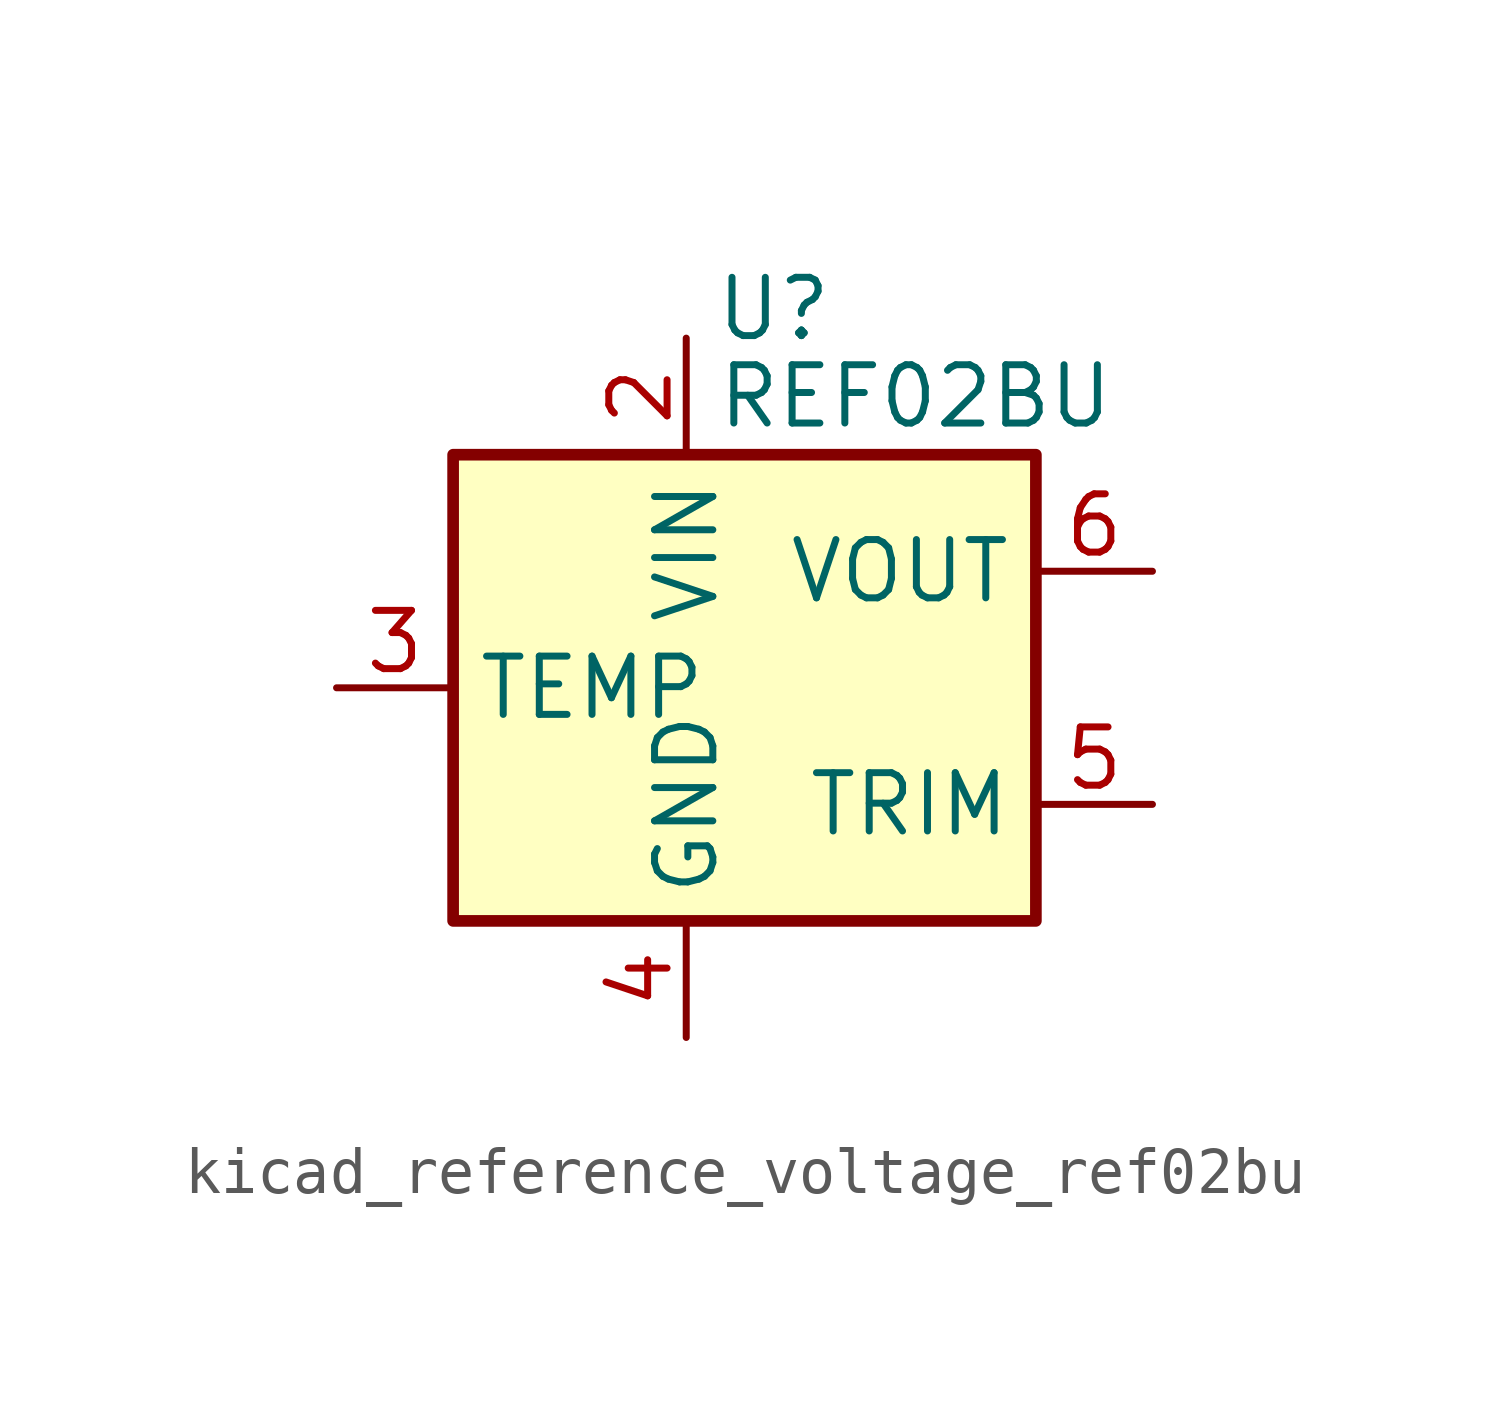
<source format=kicad_sym>
(kicad_symbol_lib
  (version 20220914)
  (generator kicad_symbol_editor)
  (symbol "kicad_reference_voltage_ref02bu"
    (property "Reference" "U"
      (at 1.905 8.255 0)
      (effects (font (size 1.27 1.27))))
    (property "Value" "REF02BU"
      (at 0.635 6.35 0)
      (effects (font (size 1.27 1.27)) (justify left)))
    (symbol "kicad_reference_voltage_ref02bu_0_1"
      (rectangle (start -5.08 5.08) (end 7.62 -5.08) (stroke (width 0.254) (type default)) (fill (type background))))
    (symbol "kicad_reference_voltage_ref02bu_1_1"
      (pin no_connect line (at 2.54 -5.08 90) (length 2.54) hide (name "NC" (effects (font (size 1.27 1.27)))) (number "1" (effects (font (size 1.27 1.27)))))
      (pin power_in line (at 0 7.62 270) (length 2.54) (name "VIN" (effects (font (size 1.27 1.27)))) (number "2" (effects (font (size 1.27 1.27)))))
      (pin passive line (at -7.62 0 0) (length 2.54) (name "TEMP" (effects (font (size 1.27 1.27)))) (number "3" (effects (font (size 1.27 1.27)))))
      (pin power_in line (at 0 -7.62 90) (length 2.54) (name "GND" (effects (font (size 1.27 1.27)))) (number "4" (effects (font (size 1.27 1.27)))))
      (pin passive line (at 10.16 -2.54 180) (length 2.54) (name "TRIM" (effects (font (size 1.27 1.27)))) (number "5" (effects (font (size 1.27 1.27)))))
      (pin power_out line (at 10.16 2.54 180) (length 2.54) (name "VOUT" (effects (font (size 1.27 1.27)))) (number "6" (effects (font (size 1.27 1.27)))))
      (pin no_connect line (at -2.54 -5.08 90) (length 2.54) hide (name "NC" (effects (font (size 1.27 1.27)))) (number "7" (effects (font (size 1.27 1.27)))))
      (pin no_connect line (at 7.62 0 180) (length 2.54) hide (name "NC" (effects (font (size 1.27 1.27)))) (number "8" (effects (font (size 1.27 1.27))))))))
</source>
